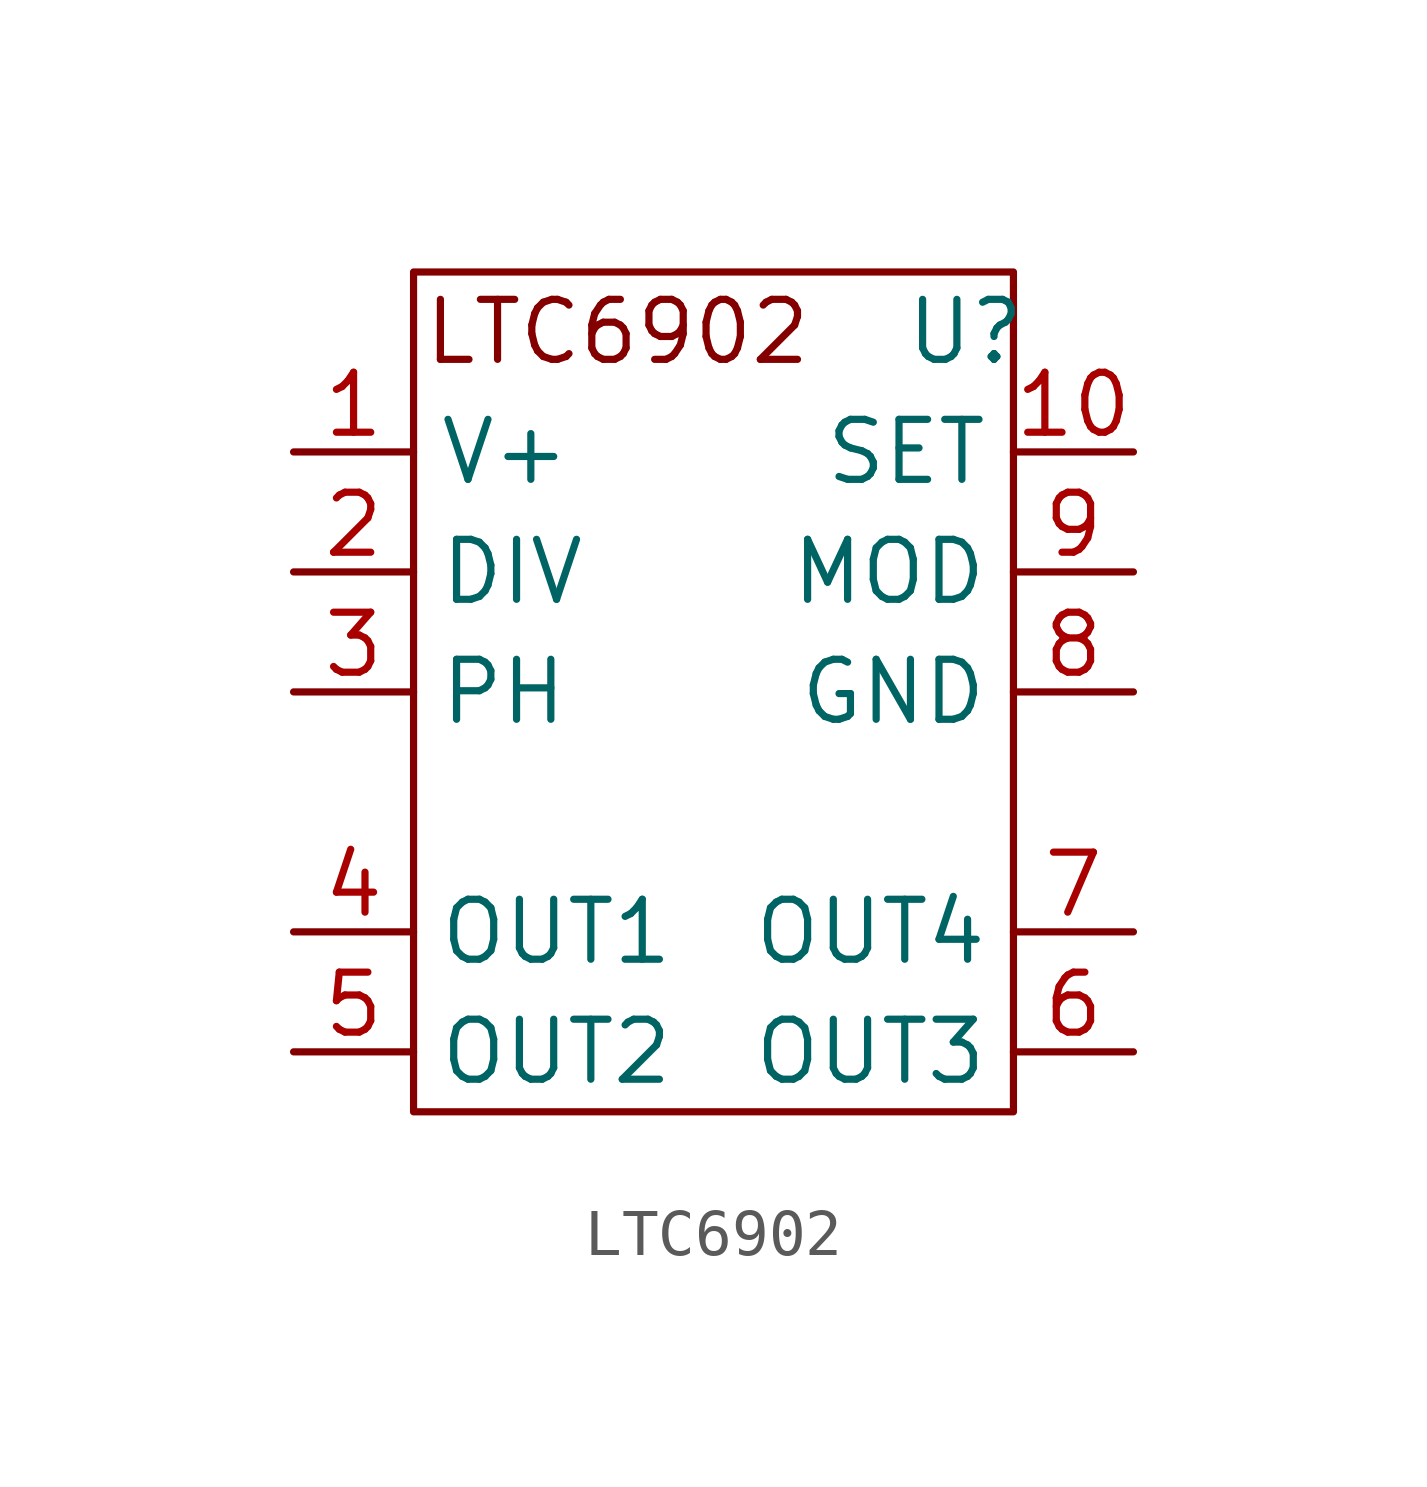
<source format=kicad_sym>
(kicad_symbol_lib
  (version 20241209)
  (generator "kicad_symbol_editor")
  (generator_version "9.0")
  (symbol "LTC6902"
    (property "Reference" "U"
      (at 5.334 7.62 0)
      (effects (font (size 1.27 1.27))))
    (property "Value" ""
      (at 0 0 0)
      (effects (font (size 1.27 1.27))))
    (symbol "LTC6902_0_1"
      (rectangle (start -6.35 8.89) (end 6.35 -8.89) (stroke (width 0) (type default)) (fill (type none))))
    (symbol "LTC6902_1_1"
      (text "LTC6902" (at -2.032 7.62 0) (effects (font (size 1.27 1.27))))
      (pin power_in line (at -8.89 5.08 0) (length 2.54) (name "V+" (effects (font (size 1.27 1.27)))) (number "1" (effects (font (size 1.27 1.27)))))
      (pin passive line (at -8.89 2.54 0) (length 2.54) (name "DIV" (effects (font (size 1.27 1.27)))) (number "2" (effects (font (size 1.27 1.27)))))
      (pin passive line (at -8.89 0 0) (length 2.54) (name "PH" (effects (font (size 1.27 1.27)))) (number "3" (effects (font (size 1.27 1.27)))))
      (pin output line (at -8.89 -5.08 0) (length 2.54) (name "OUT1" (effects (font (size 1.27 1.27)))) (number "4" (effects (font (size 1.27 1.27)))))
      (pin output line (at -8.89 -7.62 0) (length 2.54) (name "OUT2" (effects (font (size 1.27 1.27)))) (number "5" (effects (font (size 1.27 1.27)))))
      (pin passive line (at 8.89 5.08 180) (length 2.54) (name "SET" (effects (font (size 1.27 1.27)))) (number "10" (effects (font (size 1.27 1.27)))))
      (pin passive line (at 8.89 2.54 180) (length 2.54) (name "MOD" (effects (font (size 1.27 1.27)))) (number "9" (effects (font (size 1.27 1.27)))))
      (pin power_in line (at 8.89 0 180) (length 2.54) (name "GND" (effects (font (size 1.27 1.27)))) (number "8" (effects (font (size 1.27 1.27)))))
      (pin output line (at 8.89 -5.08 180) (length 2.54) (name "OUT4" (effects (font (size 1.27 1.27)))) (number "7" (effects (font (size 1.27 1.27)))))
      (pin output line (at 8.89 -7.62 180) (length 2.54) (name "OUT3" (effects (font (size 1.27 1.27)))) (number "6" (effects (font (size 1.27 1.27))))))))
</source>
